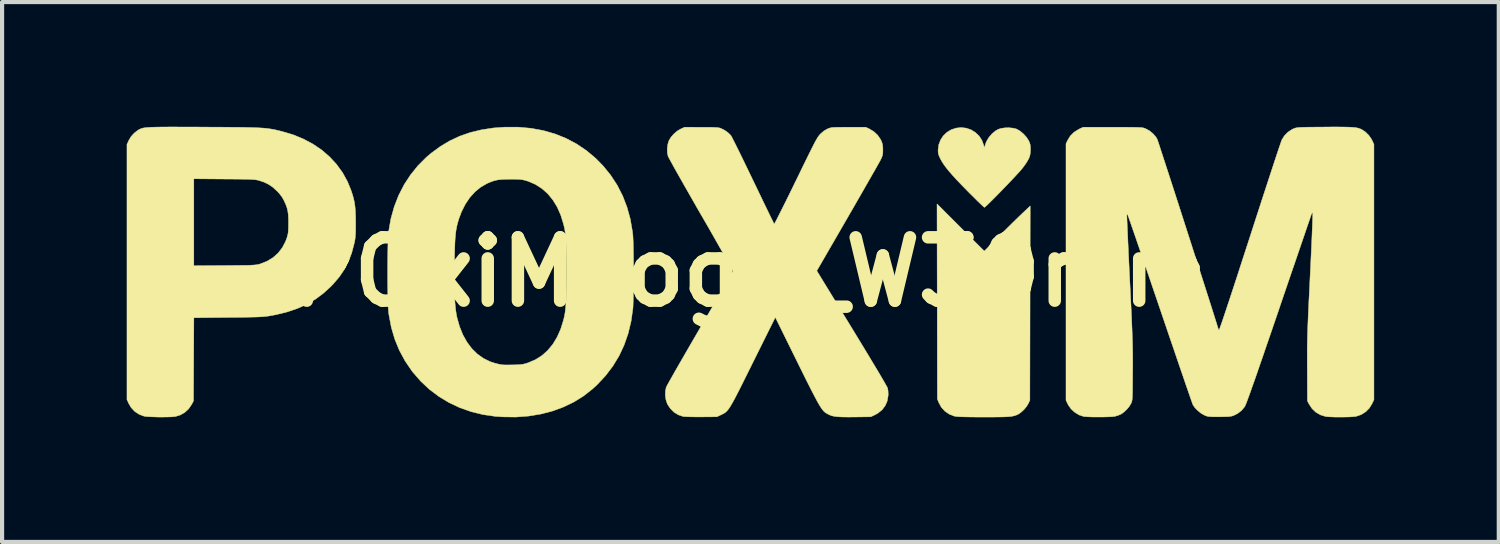
<source format=kicad_pcb>
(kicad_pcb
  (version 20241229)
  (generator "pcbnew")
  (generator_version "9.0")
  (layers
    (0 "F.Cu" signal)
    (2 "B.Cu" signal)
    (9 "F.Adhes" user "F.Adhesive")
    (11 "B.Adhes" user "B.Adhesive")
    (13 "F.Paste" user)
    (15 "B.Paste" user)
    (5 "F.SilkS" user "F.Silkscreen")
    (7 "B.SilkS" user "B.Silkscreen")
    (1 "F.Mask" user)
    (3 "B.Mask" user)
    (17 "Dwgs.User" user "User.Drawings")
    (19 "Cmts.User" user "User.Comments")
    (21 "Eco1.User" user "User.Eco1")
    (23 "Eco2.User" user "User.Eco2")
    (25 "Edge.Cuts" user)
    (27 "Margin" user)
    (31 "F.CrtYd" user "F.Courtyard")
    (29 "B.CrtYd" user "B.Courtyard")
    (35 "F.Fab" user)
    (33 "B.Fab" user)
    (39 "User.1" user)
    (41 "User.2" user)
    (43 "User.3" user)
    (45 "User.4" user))
  (footprint "POxiMLogo_W30mm"
    (layer "F.Cu")
    (at 15 3.495)
    (property "Reference" "POxiMLogo_W30mm" (at 0 0 0) (layer "F.SilkS") (effects (font (size 1.524 1.524) (thickness 0.3))))
    (attr through_hole)
    (fp_poly (pts (xy 5.065 -1.071) (xy 5.634 -0.503) (xy 6.007 -0.878) (xy 6.105 -0.975) (xy 6.204 -1.074) (xy 6.301 -1.17) (xy 6.391 -1.258) (xy 6.471 -1.336) (xy 6.536 -1.398) (xy 6.56 -1.421) (xy 6.739 -1.589) (xy 6.735 0.749) (xy 6.731 3.087) (xy 6.697 3.16) (xy 6.654 3.233) (xy 6.593 3.306) (xy 6.524 3.371) (xy 6.457 3.419) (xy 6.449 3.422) (xy 6.415 3.439) (xy 6.38 3.452) (xy 6.341 3.463) (xy 6.296 3.472) (xy 6.241 3.479) (xy 6.173 3.484) (xy 6.089 3.487) (xy 5.986 3.489) (xy 5.861 3.49) (xy 5.71 3.49) (xy 5.606 3.49) (xy 5.444 3.49) (xy 5.309 3.489) (xy 5.199 3.487) (xy 5.11 3.485) (xy 5.041 3.483) (xy 4.987 3.479) (xy 4.947 3.474) (xy 4.917 3.469) (xy 4.91 3.467) (xy 4.789 3.42) (xy 4.685 3.348) (xy 4.601 3.255) (xy 4.54 3.143) (xy 4.54 3.143) (xy 4.505 3.057) (xy 4.501 0.709) (xy 4.497 -1.639) (xy 5.065 -1.071)) (stroke (width 0.01) (type solid)) (fill yes) (layer "F.SilkS"))
    (fp_poly (pts (xy 5.201 -3.462) (xy 5.318 -3.421) (xy 5.421 -3.357) (xy 5.509 -3.273) (xy 5.575 -3.172) (xy 5.616 -3.064) (xy 5.637 -2.981) (xy 5.648 -3.034) (xy 5.684 -3.137) (xy 5.744 -3.238) (xy 5.822 -3.329) (xy 5.913 -3.402) (xy 5.973 -3.435) (xy 6.044 -3.457) (xy 6.133 -3.469) (xy 6.23 -3.471) (xy 6.323 -3.462) (xy 6.401 -3.444) (xy 6.422 -3.435) (xy 6.5 -3.388) (xy 6.578 -3.322) (xy 6.648 -3.245) (xy 6.699 -3.167) (xy 6.704 -3.158) (xy 6.726 -3.108) (xy 6.739 -3.061) (xy 6.745 -3.007) (xy 6.746 -2.942) (xy 6.743 -2.872) (xy 6.733 -2.81) (xy 6.713 -2.749) (xy 6.681 -2.685) (xy 6.634 -2.61) (xy 6.569 -2.52) (xy 6.558 -2.506) (xy 6.529 -2.47) (xy 6.484 -2.418) (xy 6.425 -2.354) (xy 6.355 -2.278) (xy 6.277 -2.196) (xy 6.194 -2.108) (xy 6.107 -2.018) (xy 6.021 -1.929) (xy 5.937 -1.843) (xy 5.858 -1.764) (xy 5.787 -1.693) (xy 5.727 -1.634) (xy 5.68 -1.59) (xy 5.649 -1.563) (xy 5.637 -1.555) (xy 5.623 -1.566) (xy 5.59 -1.595) (xy 5.541 -1.642) (xy 5.478 -1.702) (xy 5.405 -1.775) (xy 5.322 -1.857) (xy 5.254 -1.925) (xy 5.108 -2.074) (xy 4.982 -2.205) (xy 4.877 -2.32) (xy 4.788 -2.421) (xy 4.716 -2.511) (xy 4.657 -2.592) (xy 4.611 -2.665) (xy 4.579 -2.723) (xy 4.549 -2.786) (xy 4.532 -2.835) (xy 4.524 -2.879) (xy 4.522 -2.931) (xy 4.523 -2.942) (xy 4.54 -3.066) (xy 4.583 -3.179) (xy 4.649 -3.279) (xy 4.735 -3.361) (xy 4.838 -3.424) (xy 4.955 -3.463) (xy 5.077 -3.476) (xy 5.201 -3.462)) (stroke (width 0.01) (type solid)) (fill yes) (layer "F.SilkS"))
    (fp_poly (pts (xy -13.637 -3.489) (xy -13.43 -3.489) (xy -13.195 -3.488) (xy -13.135 -3.487) (xy -12.889 -3.486) (xy -12.672 -3.485) (xy -12.481 -3.483) (xy -12.314 -3.482) (xy -12.168 -3.48) (xy -12.041 -3.477) (xy -11.931 -3.474) (xy -11.835 -3.47) (xy -11.752 -3.465) (xy -11.679 -3.46) (xy -11.613 -3.453) (xy -11.553 -3.444) (xy -11.496 -3.435) (xy -11.439 -3.424) (xy -11.382 -3.411) (xy -11.32 -3.396) (xy -11.267 -3.383) (xy -11 -3.304) (xy -10.751 -3.202) (xy -10.52 -3.079) (xy -10.309 -2.936) (xy -10.12 -2.773) (xy -9.953 -2.592) (xy -9.809 -2.394) (xy -9.69 -2.179) (xy -9.607 -1.977) (xy -9.57 -1.868) (xy -9.542 -1.768) (xy -9.521 -1.671) (xy -9.507 -1.57) (xy -9.498 -1.458) (xy -9.493 -1.33) (xy -9.492 -1.189) (xy -9.492 -1.071) (xy -9.493 -0.978) (xy -9.496 -0.903) (xy -9.501 -0.842) (xy -9.507 -0.787) (xy -9.517 -0.734) (xy -9.526 -0.691) (xy -9.586 -0.463) (xy -9.664 -0.256) (xy -9.762 -0.066) (xy -9.883 0.114) (xy -10.031 0.288) (xy -10.093 0.352) (xy -10.272 0.515) (xy -10.463 0.656) (xy -10.67 0.777) (xy -10.894 0.878) (xy -11.137 0.96) (xy -11.403 1.026) (xy -11.603 1.062) (xy -11.646 1.067) (xy -11.697 1.072) (xy -11.758 1.077) (xy -11.832 1.081) (xy -11.921 1.084) (xy -12.029 1.086) (xy -12.158 1.089) (xy -12.311 1.091) (xy -12.49 1.093) (xy -12.574 1.093) (xy -13.385 1.101) (xy -13.394 3.103) (xy -13.437 3.184) (xy -13.51 3.292) (xy -13.604 3.379) (xy -13.715 3.442) (xy -13.831 3.477) (xy -13.88 3.483) (xy -13.952 3.487) (xy -14.04 3.489) (xy -14.139 3.49) (xy -14.241 3.49) (xy -14.342 3.487) (xy -14.434 3.484) (xy -14.51 3.479) (xy -14.566 3.473) (xy -14.583 3.47) (xy -14.703 3.425) (xy -14.808 3.355) (xy -14.894 3.263) (xy -14.951 3.167) (xy -14.995 3.072) (xy -14.995 -0.151) (xy -13.386 -0.151) (xy -12.643 -0.156) (xy -12.473 -0.157) (xy -12.33 -0.159) (xy -12.212 -0.16) (xy -12.116 -0.161) (xy -12.039 -0.163) (xy -11.977 -0.166) (xy -11.928 -0.169) (xy -11.89 -0.173) (xy -11.858 -0.178) (xy -11.831 -0.183) (xy -11.805 -0.19) (xy -11.785 -0.196) (xy -11.623 -0.26) (xy -11.48 -0.347) (xy -11.357 -0.457) (xy -11.256 -0.587) (xy -11.178 -0.737) (xy -11.15 -0.812) (xy -11.134 -0.864) (xy -11.123 -0.91) (xy -11.115 -0.957) (xy -11.111 -1.012) (xy -11.109 -1.084) (xy -11.108 -1.174) (xy -11.109 -1.296) (xy -11.115 -1.395) (xy -11.128 -1.48) (xy -11.148 -1.559) (xy -11.179 -1.638) (xy -11.218 -1.723) (xy -11.265 -1.806) (xy -11.326 -1.886) (xy -11.389 -1.952) (xy -11.489 -2.043) (xy -11.592 -2.112) (xy -11.707 -2.166) (xy -11.801 -2.197) (xy -11.828 -2.205) (xy -11.854 -2.212) (xy -11.883 -2.217) (xy -11.917 -2.222) (xy -11.959 -2.225) (xy -12.012 -2.228) (xy -12.08 -2.231) (xy -12.164 -2.232) (xy -12.268 -2.234) (xy -12.395 -2.235) (xy -12.548 -2.237) (xy -12.65 -2.237) (xy -13.386 -2.243) (xy -13.386 -0.151) (xy -14.995 -0.151) (xy -14.995 -3.072) (xy -14.951 -3.167) (xy -14.895 -3.26) (xy -14.819 -3.344) (xy -14.732 -3.411) (xy -14.703 -3.428) (xy -14.68 -3.439) (xy -14.657 -3.449) (xy -14.632 -3.457) (xy -14.602 -3.465) (xy -14.566 -3.471) (xy -14.522 -3.476) (xy -14.468 -3.48) (xy -14.402 -3.484) (xy -14.321 -3.486) (xy -14.224 -3.488) (xy -14.11 -3.489) (xy -13.975 -3.49) (xy -13.818 -3.49) (xy -13.637 -3.489)) (stroke (width 0.01) (type solid)) (fill yes) (layer "F.SilkS"))
    (fp_poly (pts (xy -5.58 -3.486) (xy -5.272 -3.458) (xy -4.977 -3.404) (xy -4.696 -3.323) (xy -4.429 -3.216) (xy -4.176 -3.082) (xy -3.939 -2.922) (xy -3.717 -2.736) (xy -3.54 -2.556) (xy -3.357 -2.331) (xy -3.199 -2.09) (xy -3.068 -1.833) (xy -2.963 -1.561) (xy -2.884 -1.275) (xy -2.832 -0.974) (xy -2.821 -0.878) (xy -2.818 -0.819) (xy -2.814 -0.735) (xy -2.811 -0.627) (xy -2.809 -0.502) (xy -2.807 -0.363) (xy -2.806 -0.214) (xy -2.806 -0.06) (xy -2.806 0.097) (xy -2.806 0.25) (xy -2.808 0.397) (xy -2.81 0.533) (xy -2.812 0.655) (xy -2.815 0.757) (xy -2.818 0.836) (xy -2.821 0.878) (xy -2.865 1.186) (xy -2.935 1.479) (xy -3.031 1.755) (xy -3.153 2.017) (xy -3.302 2.262) (xy -3.477 2.493) (xy -3.678 2.708) (xy -3.793 2.814) (xy -4.008 2.983) (xy -4.242 3.128) (xy -4.493 3.249) (xy -4.76 3.347) (xy -5.041 3.419) (xy -5.335 3.467) (xy -5.641 3.49) (xy -5.956 3.486) (xy -6.129 3.474) (xy -6.427 3.431) (xy -6.713 3.361) (xy -6.986 3.265) (xy -7.246 3.143) (xy -7.49 2.995) (xy -7.718 2.824) (xy -7.927 2.628) (xy -8.116 2.41) (xy -8.141 2.378) (xy -8.304 2.138) (xy -8.441 1.884) (xy -8.551 1.616) (xy -8.634 1.333) (xy -8.691 1.034) (xy -8.698 0.986) (xy -8.704 0.921) (xy -8.709 0.828) (xy -8.714 0.714) (xy -8.717 0.581) (xy -8.72 0.433) (xy -8.722 0.275) (xy -8.723 0.11) (xy -8.723 0.037) (xy -7.118 0.037) (xy -7.118 0.245) (xy -7.115 0.427) (xy -7.11 0.587) (xy -7.103 0.726) (xy -7.092 0.849) (xy -7.079 0.956) (xy -7.063 1.051) (xy -7.053 1.098) (xy -6.991 1.316) (xy -6.911 1.513) (xy -6.812 1.689) (xy -6.697 1.843) (xy -6.566 1.972) (xy -6.419 2.077) (xy -6.259 2.156) (xy -6.143 2.194) (xy -6.08 2.21) (xy -6.03 2.222) (xy -5.986 2.23) (xy -5.94 2.235) (xy -5.886 2.236) (xy -5.816 2.236) (xy -5.723 2.235) (xy -5.717 2.235) (xy -5.624 2.233) (xy -5.554 2.229) (xy -5.499 2.224) (xy -5.451 2.216) (xy -5.402 2.203) (xy -5.345 2.185) (xy -5.333 2.181) (xy -5.163 2.108) (xy -5.008 2.009) (xy -4.87 1.886) (xy -4.748 1.738) (xy -4.644 1.566) (xy -4.558 1.373) (xy -4.491 1.157) (xy -4.491 1.154) (xy -4.475 1.092) (xy -4.463 1.032) (xy -4.452 0.97) (xy -4.444 0.903) (xy -4.437 0.829) (xy -4.431 0.745) (xy -4.427 0.646) (xy -4.425 0.53) (xy -4.423 0.394) (xy -4.422 0.234) (xy -4.421 0.048) (xy -4.421 0) (xy -4.422 -0.193) (xy -4.422 -0.359) (xy -4.424 -0.5) (xy -4.427 -0.621) (xy -4.43 -0.723) (xy -4.435 -0.811) (xy -4.442 -0.887) (xy -4.45 -0.955) (xy -4.46 -1.017) (xy -4.472 -1.078) (xy -4.487 -1.139) (xy -4.49 -1.152) (xy -4.557 -1.369) (xy -4.643 -1.564) (xy -4.748 -1.735) (xy -4.87 -1.884) (xy -5.01 -2.008) (xy -5.166 -2.108) (xy -5.337 -2.182) (xy -5.39 -2.198) (xy -5.44 -2.212) (xy -5.487 -2.221) (xy -5.537 -2.228) (xy -5.599 -2.231) (xy -5.677 -2.233) (xy -5.771 -2.233) (xy -5.893 -2.231) (xy -5.993 -2.226) (xy -6.077 -2.216) (xy -6.152 -2.199) (xy -6.226 -2.174) (xy -6.307 -2.141) (xy -6.335 -2.128) (xy -6.485 -2.041) (xy -6.622 -1.929) (xy -6.746 -1.791) (xy -6.854 -1.631) (xy -6.945 -1.45) (xy -7.006 -1.288) (xy -7.029 -1.212) (xy -7.049 -1.139) (xy -7.065 -1.065) (xy -7.079 -0.987) (xy -7.089 -0.901) (xy -7.098 -0.803) (xy -7.104 -0.69) (xy -7.109 -0.558) (xy -7.113 -0.403) (xy -7.115 -0.221) (xy -7.116 -0.198) (xy -7.118 0.037) (xy -8.723 0.037) (xy -8.723 -0.057) (xy -8.722 -0.223) (xy -8.72 -0.384) (xy -8.718 -0.535) (xy -8.715 -0.673) (xy -8.71 -0.794) (xy -8.705 -0.893) (xy -8.699 -0.968) (xy -8.697 -0.986) (xy -8.644 -1.285) (xy -8.564 -1.571) (xy -8.459 -1.842) (xy -8.328 -2.098) (xy -8.172 -2.337) (xy -7.993 -2.559) (xy -7.79 -2.762) (xy -7.679 -2.856) (xy -7.458 -3.019) (xy -7.229 -3.156) (xy -6.988 -3.269) (xy -6.734 -3.357) (xy -6.465 -3.422) (xy -6.177 -3.466) (xy -5.9 -3.486) (xy -5.58 -3.486)) (stroke (width 0.01) (type solid)) (fill yes) (layer "F.SilkS"))
    (fp_poly (pts (xy 2.87 -3.443) (xy 2.977 -3.378) (xy 3.068 -3.293) (xy 3.137 -3.193) (xy 3.15 -3.167) (xy 3.173 -3.112) (xy 3.186 -3.064) (xy 3.193 -3.008) (xy 3.194 -2.942) (xy 3.193 -2.873) (xy 3.187 -2.821) (xy 3.173 -2.775) (xy 3.15 -2.722) (xy 3.146 -2.714) (xy 3.132 -2.687) (xy 3.104 -2.635) (xy 3.062 -2.561) (xy 3.009 -2.466) (xy 2.944 -2.353) (xy 2.87 -2.224) (xy 2.788 -2.08) (xy 2.698 -1.923) (xy 2.602 -1.756) (xy 2.501 -1.58) (xy 2.395 -1.397) (xy 2.352 -1.322) (xy 1.604 -0.029) (xy 2.446 1.348) (xy 2.58 1.568) (xy 2.705 1.774) (xy 2.821 1.964) (xy 2.925 2.138) (xy 3.019 2.294) (xy 3.101 2.431) (xy 3.17 2.549) (xy 3.226 2.645) (xy 3.268 2.719) (xy 3.296 2.769) (xy 3.308 2.795) (xy 3.308 2.796) (xy 3.319 2.861) (xy 3.322 2.943) (xy 3.32 2.98) (xy 3.298 3.106) (xy 3.249 3.219) (xy 3.174 3.317) (xy 3.075 3.397) (xy 3.003 3.437) (xy 2.904 3.484) (xy 2.516 3.489) (xy 2.371 3.49) (xy 2.253 3.489) (xy 2.156 3.486) (xy 2.079 3.48) (xy 2.015 3.471) (xy 1.962 3.458) (xy 1.916 3.441) (xy 1.873 3.42) (xy 1.849 3.407) (xy 1.827 3.393) (xy 1.805 3.379) (xy 1.784 3.361) (xy 1.762 3.339) (xy 1.739 3.31) (xy 1.713 3.275) (xy 1.684 3.23) (xy 1.651 3.175) (xy 1.613 3.108) (xy 1.57 3.027) (xy 1.52 2.932) (xy 1.462 2.82) (xy 1.397 2.691) (xy 1.322 2.542) (xy 1.238 2.372) (xy 1.143 2.18) (xy 1.037 1.965) (xy 0.918 1.724) (xy 0.865 1.616) (xy 0.606 1.09) (xy 0.068 2.173) (xy -0.034 2.379) (xy -0.124 2.559) (xy -0.202 2.716) (xy -0.27 2.851) (xy -0.329 2.966) (xy -0.38 3.063) (xy -0.424 3.143) (xy -0.462 3.209) (xy -0.495 3.262) (xy -0.525 3.304) (xy -0.552 3.337) (xy -0.578 3.363) (xy -0.603 3.384) (xy -0.63 3.401) (xy -0.658 3.416) (xy -0.689 3.431) (xy -0.701 3.437) (xy -0.8 3.484) (xy -1.174 3.487) (xy -1.282 3.487) (xy -1.383 3.486) (xy -1.472 3.484) (xy -1.545 3.481) (xy -1.596 3.478) (xy -1.614 3.476) (xy -1.728 3.437) (xy -1.832 3.373) (xy -1.92 3.286) (xy -1.989 3.182) (xy -1.992 3.176) (xy -2.024 3.083) (xy -2.041 2.979) (xy -2.04 2.875) (xy -2.022 2.782) (xy -2.017 2.767) (xy -2.005 2.744) (xy -1.979 2.695) (xy -1.94 2.625) (xy -1.888 2.534) (xy -1.826 2.423) (xy -1.753 2.296) (xy -1.671 2.154) (xy -1.582 1.999) (xy -1.486 1.833) (xy -1.384 1.657) (xy -1.277 1.473) (xy -1.205 1.349) (xy -1.096 1.163) (xy -0.992 0.984) (xy -0.893 0.814) (xy -0.801 0.655) (xy -0.716 0.508) (xy -0.639 0.376) (xy -0.572 0.26) (xy -0.516 0.161) (xy -0.471 0.083) (xy -0.439 0.025) (xy -0.42 -0.008) (xy -0.416 -0.017) (xy -0.422 -0.034) (xy -0.443 -0.075) (xy -0.478 -0.14) (xy -0.525 -0.225) (xy -0.583 -0.331) (xy -0.653 -0.455) (xy -0.732 -0.595) (xy -0.82 -0.75) (xy -0.916 -0.919) (xy -1.019 -1.099) (xy -1.129 -1.289) (xy -1.18 -1.377) (xy -1.288 -1.564) (xy -1.391 -1.745) (xy -1.49 -1.918) (xy -1.583 -2.081) (xy -1.668 -2.231) (xy -1.746 -2.368) (xy -1.814 -2.489) (xy -1.871 -2.593) (xy -1.917 -2.677) (xy -1.951 -2.739) (xy -1.971 -2.778) (xy -1.976 -2.79) (xy -1.993 -2.877) (xy -1.994 -2.976) (xy -1.981 -3.075) (xy -1.955 -3.16) (xy -1.905 -3.244) (xy -1.833 -3.325) (xy -1.75 -3.395) (xy -1.673 -3.44) (xy -1.578 -3.484) (xy -1.174 -3.483) (xy -1.048 -3.483) (xy -0.948 -3.482) (xy -0.872 -3.48) (xy -0.814 -3.477) (xy -0.77 -3.473) (xy -0.738 -3.467) (xy -0.712 -3.46) (xy -0.705 -3.457) (xy -0.619 -3.414) (xy -0.538 -3.358) (xy -0.474 -3.297) (xy -0.459 -3.278) (xy -0.446 -3.255) (xy -0.421 -3.207) (xy -0.385 -3.136) (xy -0.339 -3.044) (xy -0.284 -2.934) (xy -0.222 -2.808) (xy -0.154 -2.668) (xy -0.081 -2.517) (xy -0.003 -2.356) (xy 0.075 -2.193) (xy 0.155 -2.028) (xy 0.231 -1.87) (xy 0.302 -1.722) (xy 0.367 -1.587) (xy 0.426 -1.466) (xy 0.476 -1.362) (xy 0.518 -1.277) (xy 0.55 -1.212) (xy 0.57 -1.171) (xy 0.579 -1.155) (xy 0.579 -1.155) (xy 0.587 -1.166) (xy 0.607 -1.203) (xy 0.639 -1.263) (xy 0.68 -1.345) (xy 0.731 -1.445) (xy 0.79 -1.563) (xy 0.856 -1.695) (xy 0.928 -1.841) (xy 1.005 -1.998) (xy 1.085 -2.163) (xy 1.099 -2.19) (xy 1.194 -2.385) (xy 1.276 -2.555) (xy 1.348 -2.701) (xy 1.409 -2.825) (xy 1.461 -2.93) (xy 1.506 -3.018) (xy 1.542 -3.09) (xy 1.573 -3.148) (xy 1.599 -3.194) (xy 1.621 -3.231) (xy 1.64 -3.26) (xy 1.657 -3.283) (xy 1.673 -3.302) (xy 1.69 -3.32) (xy 1.694 -3.324) (xy 1.778 -3.397) (xy 1.864 -3.445) (xy 1.87 -3.448) (xy 1.898 -3.458) (xy 1.924 -3.467) (xy 1.953 -3.473) (xy 1.99 -3.478) (xy 2.037 -3.481) (xy 2.1 -3.482) (xy 2.182 -3.483) (xy 2.288 -3.484) (xy 2.371 -3.484) (xy 2.782 -3.484) (xy 2.87 -3.443)) (stroke (width 0.01) (type solid)) (fill yes) (layer "F.SilkS"))
    (fp_poly (pts (xy 14.269 -3.489) (xy 14.371 -3.487) (xy 14.454 -3.484) (xy 14.522 -3.479) (xy 14.576 -3.473) (xy 14.621 -3.464) (xy 14.658 -3.453) (xy 14.692 -3.44) (xy 14.718 -3.428) (xy 14.806 -3.369) (xy 14.887 -3.289) (xy 14.95 -3.198) (xy 14.966 -3.167) (xy 15.01 -3.072) (xy 15.01 3.072) (xy 14.966 3.167) (xy 14.9 3.275) (xy 14.811 3.364) (xy 14.705 3.431) (xy 14.584 3.473) (xy 14.578 3.474) (xy 14.532 3.48) (xy 14.462 3.485) (xy 14.374 3.489) (xy 14.276 3.49) (xy 14.173 3.491) (xy 14.073 3.49) (xy 13.982 3.487) (xy 13.907 3.483) (xy 13.853 3.478) (xy 13.847 3.477) (xy 13.723 3.438) (xy 13.612 3.374) (xy 13.52 3.286) (xy 13.452 3.184) (xy 13.409 3.103) (xy 13.406 2.333) (xy 13.405 2.202) (xy 13.405 2.083) (xy 13.405 1.973) (xy 13.405 1.869) (xy 13.406 1.768) (xy 13.408 1.668) (xy 13.41 1.565) (xy 13.413 1.457) (xy 13.417 1.341) (xy 13.422 1.214) (xy 13.428 1.073) (xy 13.435 0.916) (xy 13.443 0.739) (xy 13.453 0.541) (xy 13.464 0.317) (xy 13.475 0.076) (xy 13.486 -0.134) (xy 13.495 -0.336) (xy 13.504 -0.527) (xy 13.512 -0.705) (xy 13.519 -0.868) (xy 13.525 -1.015) (xy 13.53 -1.142) (xy 13.534 -1.249) (xy 13.536 -1.332) (xy 13.537 -1.39) (xy 13.537 -1.42) (xy 13.536 -1.424) (xy 13.524 -1.422) (xy 13.509 -1.397) (xy 13.508 -1.394) (xy 13.501 -1.375) (xy 13.485 -1.328) (xy 13.46 -1.256) (xy 13.427 -1.16) (xy 13.386 -1.041) (xy 13.339 -0.902) (xy 13.284 -0.742) (xy 13.224 -0.566) (xy 13.158 -0.373) (xy 13.087 -0.165) (xy 13.011 0.055) (xy 12.932 0.287) (xy 12.849 0.529) (xy 12.764 0.779) (xy 12.721 0.907) (xy 12.612 1.225) (xy 12.513 1.515) (xy 12.422 1.778) (xy 12.341 2.016) (xy 12.267 2.229) (xy 12.202 2.418) (xy 12.144 2.585) (xy 12.092 2.73) (xy 12.048 2.855) (xy 12.01 2.961) (xy 11.978 3.048) (xy 11.952 3.118) (xy 11.931 3.172) (xy 11.914 3.211) (xy 11.903 3.236) (xy 11.898 3.244) (xy 11.824 3.332) (xy 11.729 3.406) (xy 11.625 3.457) (xy 11.59 3.467) (xy 11.549 3.475) (xy 11.497 3.48) (xy 11.427 3.482) (xy 11.335 3.484) (xy 11.282 3.484) (xy 11.186 3.484) (xy 11.114 3.483) (xy 11.061 3.48) (xy 11.021 3.475) (xy 10.989 3.468) (xy 10.958 3.457) (xy 10.924 3.441) (xy 10.92 3.44) (xy 10.847 3.397) (xy 10.773 3.337) (xy 10.707 3.271) (xy 10.66 3.205) (xy 10.654 3.193) (xy 10.646 3.174) (xy 10.63 3.127) (xy 10.604 3.055) (xy 10.571 2.959) (xy 10.53 2.84) (xy 10.481 2.7) (xy 10.427 2.541) (xy 10.366 2.364) (xy 10.3 2.171) (xy 10.229 1.963) (xy 10.154 1.742) (xy 10.074 1.51) (xy 9.992 1.268) (xy 9.907 1.018) (xy 9.864 0.892) (xy 9.778 0.639) (xy 9.694 0.393) (xy 9.614 0.158) (xy 9.537 -0.068) (xy 9.464 -0.28) (xy 9.396 -0.479) (xy 9.334 -0.661) (xy 9.277 -0.827) (xy 9.226 -0.974) (xy 9.182 -1.101) (xy 9.146 -1.206) (xy 9.117 -1.287) (xy 9.097 -1.344) (xy 9.086 -1.374) (xy 9.084 -1.379) (xy 9.068 -1.387) (xy 9.065 -1.386) (xy 9.064 -1.37) (xy 9.066 -1.325) (xy 9.068 -1.255) (xy 9.072 -1.16) (xy 9.077 -1.042) (xy 9.083 -0.905) (xy 9.09 -0.749) (xy 9.098 -0.577) (xy 9.106 -0.39) (xy 9.116 -0.192) (xy 9.126 0.017) (xy 9.133 0.168) (xy 9.146 0.425) (xy 9.157 0.653) (xy 9.167 0.857) (xy 9.175 1.038) (xy 9.182 1.199) (xy 9.188 1.342) (xy 9.193 1.471) (xy 9.197 1.588) (xy 9.2 1.696) (xy 9.203 1.797) (xy 9.204 1.893) (xy 9.206 1.989) (xy 9.206 2.085) (xy 9.206 2.185) (xy 9.206 2.291) (xy 9.205 2.401) (xy 9.204 2.564) (xy 9.203 2.699) (xy 9.202 2.809) (xy 9.201 2.898) (xy 9.199 2.968) (xy 9.196 3.021) (xy 9.193 3.062) (xy 9.189 3.093) (xy 9.184 3.116) (xy 9.178 3.135) (xy 9.17 3.153) (xy 9.167 3.16) (xy 9.124 3.233) (xy 9.063 3.306) (xy 8.994 3.371) (xy 8.927 3.419) (xy 8.919 3.422) (xy 8.861 3.447) (xy 8.795 3.468) (xy 8.77 3.474) (xy 8.726 3.48) (xy 8.659 3.484) (xy 8.574 3.487) (xy 8.478 3.489) (xy 8.376 3.489) (xy 8.276 3.489) (xy 8.183 3.487) (xy 8.105 3.483) (xy 8.046 3.479) (xy 8.025 3.476) (xy 7.916 3.44) (xy 7.814 3.378) (xy 7.725 3.298) (xy 7.656 3.202) (xy 7.64 3.171) (xy 7.6 3.087) (xy 7.6 -3.087) (xy 7.64 -3.171) (xy 7.706 -3.277) (xy 7.797 -3.366) (xy 7.908 -3.435) (xy 7.91 -3.436) (xy 8.012 -3.484) (xy 8.721 -3.484) (xy 8.886 -3.484) (xy 9.024 -3.484) (xy 9.137 -3.483) (xy 9.228 -3.482) (xy 9.301 -3.481) (xy 9.357 -3.479) (xy 9.401 -3.476) (xy 9.434 -3.473) (xy 9.46 -3.468) (xy 9.481 -3.462) (xy 9.501 -3.455) (xy 9.517 -3.449) (xy 9.608 -3.399) (xy 9.692 -3.331) (xy 9.761 -3.253) (xy 9.794 -3.197) (xy 9.802 -3.177) (xy 9.818 -3.13) (xy 9.842 -3.058) (xy 9.873 -2.962) (xy 9.911 -2.846) (xy 9.955 -2.71) (xy 10.005 -2.557) (xy 10.06 -2.389) (xy 10.119 -2.207) (xy 10.182 -2.013) (xy 10.248 -1.809) (xy 10.316 -1.598) (xy 10.386 -1.381) (xy 10.457 -1.159) (xy 10.529 -0.936) (xy 10.601 -0.712) (xy 10.672 -0.49) (xy 10.743 -0.272) (xy 10.811 -0.059) (xy 10.877 0.147) (xy 10.94 0.343) (xy 10.999 0.528) (xy 11.054 0.7) (xy 11.104 0.857) (xy 11.148 0.997) (xy 11.186 1.118) (xy 11.218 1.219) (xy 11.242 1.297) (xy 11.259 1.35) (xy 11.266 1.377) (xy 11.267 1.38) (xy 11.279 1.387) (xy 11.286 1.387) (xy 11.293 1.373) (xy 11.309 1.33) (xy 11.334 1.26) (xy 11.368 1.163) (xy 11.409 1.04) (xy 11.459 0.892) (xy 11.516 0.719) (xy 11.581 0.523) (xy 11.653 0.304) (xy 11.732 0.062) (xy 11.817 -0.201) (xy 11.909 -0.484) (xy 12.008 -0.787) (xy 12.028 -0.85) (xy 12.11 -1.104) (xy 12.19 -1.351) (xy 12.268 -1.59) (xy 12.342 -1.819) (xy 12.413 -2.035) (xy 12.479 -2.238) (xy 12.541 -2.426) (xy 12.597 -2.597) (xy 12.647 -2.749) (xy 12.691 -2.881) (xy 12.728 -2.992) (xy 12.758 -3.079) (xy 12.779 -3.141) (xy 12.792 -3.176) (xy 12.794 -3.181) (xy 12.856 -3.28) (xy 12.94 -3.366) (xy 13.04 -3.431) (xy 13.078 -3.449) (xy 13.1 -3.457) (xy 13.121 -3.464) (xy 13.145 -3.47) (xy 13.175 -3.474) (xy 13.213 -3.478) (xy 13.264 -3.481) (xy 13.329 -3.483) (xy 13.412 -3.485) (xy 13.516 -3.486) (xy 13.644 -3.487) (xy 13.799 -3.488) (xy 13.821 -3.489) (xy 13.997 -3.49) (xy 14.145 -3.49) (xy 14.269 -3.489)) (stroke (width 0.01) (type solid)) (fill yes) (layer "F.SilkS")))
  (gr_rect
    (start -3 -3)
    (end 33.014 9.991)
    (stroke (width 0.1) (type default))
    (fill no)
    (layer "Edge.Cuts")))
</source>
